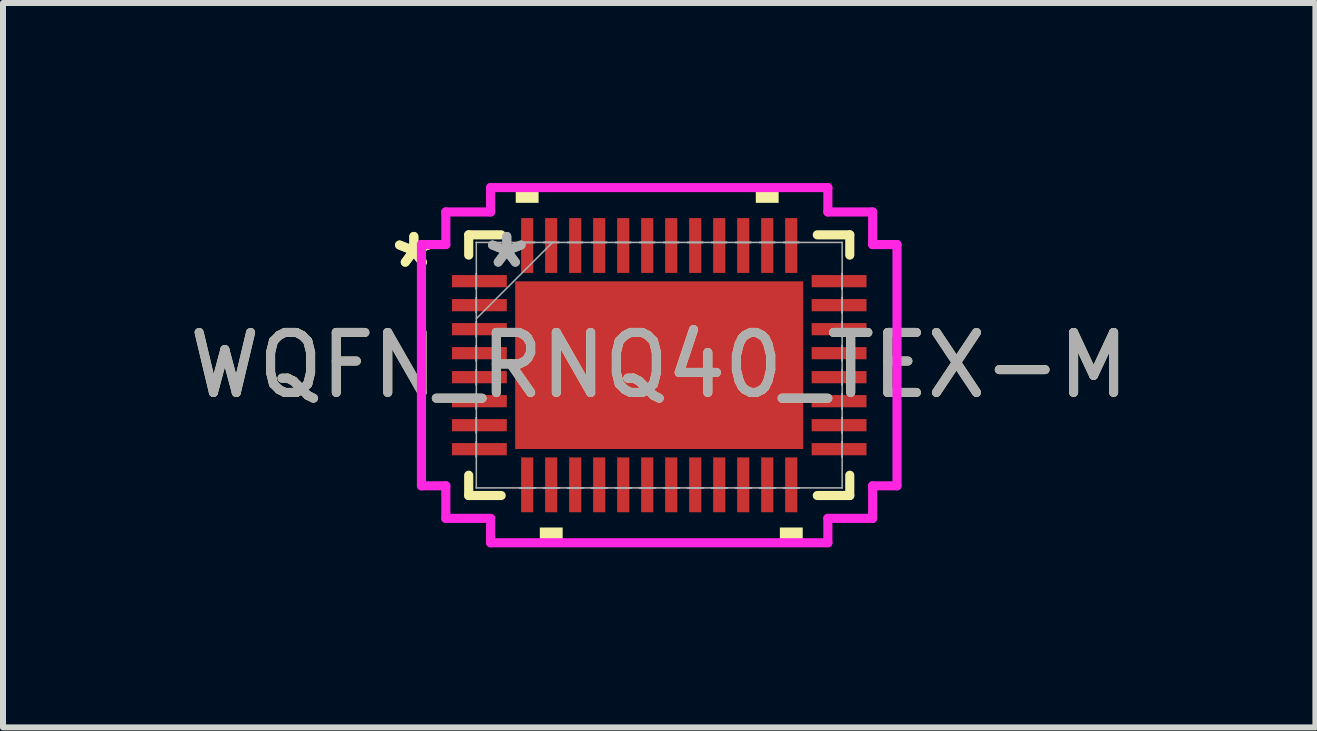
<source format=kicad_pcb>
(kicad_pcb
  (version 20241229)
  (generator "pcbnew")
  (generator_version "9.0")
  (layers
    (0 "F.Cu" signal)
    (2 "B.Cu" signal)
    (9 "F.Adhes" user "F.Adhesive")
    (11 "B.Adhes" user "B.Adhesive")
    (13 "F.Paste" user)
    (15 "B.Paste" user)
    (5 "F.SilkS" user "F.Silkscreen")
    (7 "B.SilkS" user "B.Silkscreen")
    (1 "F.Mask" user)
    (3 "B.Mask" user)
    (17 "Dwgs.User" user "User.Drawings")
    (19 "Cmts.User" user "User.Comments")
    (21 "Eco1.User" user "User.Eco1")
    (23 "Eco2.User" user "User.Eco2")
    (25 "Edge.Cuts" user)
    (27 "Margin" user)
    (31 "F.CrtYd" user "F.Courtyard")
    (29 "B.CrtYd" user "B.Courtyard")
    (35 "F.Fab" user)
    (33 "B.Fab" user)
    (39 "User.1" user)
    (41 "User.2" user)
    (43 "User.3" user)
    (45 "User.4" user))
  (footprint "WQFN_RNQ40_TEX-M"
    (layer "F.Cu")
    (at 7.935 3.035)
    (property "Reference" "WQFN_RNQ40_TEX-M" (at 0 0 0) (unlocked yes) (layer "F.SilkS") (effects (font (size 1 1) (thickness 0.15))))
    (attr smd)
    (fp_line (start -3.175 -2.172) (end -3.175 -1.834) (stroke (width 0.152) (type solid)) (layer "F.SilkS"))
    (fp_line (start -3.175 1.834) (end -3.175 2.172) (stroke (width 0.152) (type solid)) (layer "F.SilkS"))
    (fp_line (start -3.175 2.172) (end -2.634 2.172) (stroke (width 0.152) (type solid)) (layer "F.SilkS"))
    (fp_line (start -2.634 -2.172) (end -3.175 -2.172) (stroke (width 0.152) (type solid)) (layer "F.SilkS"))
    (fp_line (start 2.634 2.172) (end 3.175 2.172) (stroke (width 0.152) (type solid)) (layer "F.SilkS"))
    (fp_line (start 3.175 -2.172) (end 2.634 -2.172) (stroke (width 0.152) (type solid)) (layer "F.SilkS"))
    (fp_line (start 3.175 -1.834) (end 3.175 -2.172) (stroke (width 0.152) (type solid)) (layer "F.SilkS"))
    (fp_line (start 3.175 2.172) (end 3.175 1.834) (stroke (width 0.152) (type solid)) (layer "F.SilkS"))
    (fp_poly (pts (xy -2.391 -2.705) (xy -2.391 -2.959) (xy -2.01 -2.959) (xy -2.01 -2.705)) (stroke (width 0) (type solid)) (fill yes) (layer "F.SilkS"))
    (fp_poly (pts (xy -1.99 2.705) (xy -1.99 2.959) (xy -1.609 2.959) (xy -1.609 2.705)) (stroke (width 0) (type solid)) (fill yes) (layer "F.SilkS"))
    (fp_poly (pts (xy 1.609 -2.705) (xy 1.609 -2.959) (xy 1.99 -2.959) (xy 1.99 -2.705)) (stroke (width 0) (type solid)) (fill yes) (layer "F.SilkS"))
    (fp_poly (pts (xy 2.01 2.705) (xy 2.01 2.959) (xy 2.391 2.959) (xy 2.391 2.705)) (stroke (width 0) (type solid)) (fill yes) (layer "F.SilkS"))
    (fp_poly (pts (xy -2.3 -1.297) (xy -2.3 -0.1) (xy -0.9 -0.1) (xy -0.9 -1.297)) (stroke (width 0) (type solid)) (fill yes) (layer "F.Paste"))
    (fp_poly (pts (xy -2.3 0.1) (xy -2.3 1.297) (xy -0.9 1.297) (xy -0.9 0.1)) (stroke (width 0) (type solid)) (fill yes) (layer "F.Paste"))
    (fp_poly (pts (xy -0.7 -1.297) (xy -0.7 -0.1) (xy 0.7 -0.1) (xy 0.7 -1.297)) (stroke (width 0) (type solid)) (fill yes) (layer "F.Paste"))
    (fp_poly (pts (xy -0.7 0.1) (xy -0.7 1.297) (xy 0.7 1.297) (xy 0.7 0.1)) (stroke (width 0) (type solid)) (fill yes) (layer "F.Paste"))
    (fp_poly (pts (xy 0.9 -1.297) (xy 0.9 -0.1) (xy 2.3 -0.1) (xy 2.3 -1.297)) (stroke (width 0) (type solid)) (fill yes) (layer "F.Paste"))
    (fp_poly (pts (xy 0.9 0.1) (xy 0.9 1.297) (xy 2.3 1.297) (xy 2.3 0.1)) (stroke (width 0) (type solid)) (fill yes) (layer "F.Paste"))
    (fp_line (start -3.962 -2.01) (end -3.556 -2.01) (stroke (width 0.152) (type solid)) (layer "F.CrtYd"))
    (fp_line (start -3.962 2.01) (end -3.962 -2.01) (stroke (width 0.152) (type solid)) (layer "F.CrtYd"))
    (fp_line (start -3.556 -2.553) (end -2.81 -2.553) (stroke (width 0.152) (type solid)) (layer "F.CrtYd"))
    (fp_line (start -3.556 -2.01) (end -3.556 -2.553) (stroke (width 0.152) (type solid)) (layer "F.CrtYd"))
    (fp_line (start -3.556 2.01) (end -3.962 2.01) (stroke (width 0.152) (type solid)) (layer "F.CrtYd"))
    (fp_line (start -3.556 2.553) (end -3.556 2.01) (stroke (width 0.152) (type solid)) (layer "F.CrtYd"))
    (fp_line (start -2.81 -2.959) (end 2.81 -2.959) (stroke (width 0.152) (type solid)) (layer "F.CrtYd"))
    (fp_line (start -2.81 -2.553) (end -2.81 -2.959) (stroke (width 0.152) (type solid)) (layer "F.CrtYd"))
    (fp_line (start -2.81 2.553) (end -3.556 2.553) (stroke (width 0.152) (type solid)) (layer "F.CrtYd"))
    (fp_line (start -2.81 2.959) (end -2.81 2.553) (stroke (width 0.152) (type solid)) (layer "F.CrtYd"))
    (fp_line (start 2.81 -2.959) (end 2.81 -2.553) (stroke (width 0.152) (type solid)) (layer "F.CrtYd"))
    (fp_line (start 2.81 -2.553) (end 3.556 -2.553) (stroke (width 0.152) (type solid)) (layer "F.CrtYd"))
    (fp_line (start 2.81 2.553) (end 2.81 2.959) (stroke (width 0.152) (type solid)) (layer "F.CrtYd"))
    (fp_line (start 2.81 2.959) (end -2.81 2.959) (stroke (width 0.152) (type solid)) (layer "F.CrtYd"))
    (fp_line (start 3.556 -2.553) (end 3.556 -2.01) (stroke (width 0.152) (type solid)) (layer "F.CrtYd"))
    (fp_line (start 3.556 -2.01) (end 3.962 -2.01) (stroke (width 0.152) (type solid)) (layer "F.CrtYd"))
    (fp_line (start 3.556 2.01) (end 3.556 2.553) (stroke (width 0.152) (type solid)) (layer "F.CrtYd"))
    (fp_line (start 3.556 2.553) (end 2.81 2.553) (stroke (width 0.152) (type solid)) (layer "F.CrtYd"))
    (fp_line (start 3.962 -2.01) (end 3.962 2.01) (stroke (width 0.152) (type solid)) (layer "F.CrtYd"))
    (fp_line (start 3.962 2.01) (end 3.556 2.01) (stroke (width 0.152) (type solid)) (layer "F.CrtYd"))
    (fp_line (start -3.048 -2.045) (end -3.048 -2.045) (stroke (width 0.025) (type solid)) (layer "F.Fab"))
    (fp_line (start -3.048 -2.045) (end -3.048 2.045) (stroke (width 0.025) (type solid)) (layer "F.Fab"))
    (fp_line (start -3.048 -1.527) (end -3.048 -1.527) (stroke (width 0.025) (type solid)) (layer "F.Fab"))
    (fp_line (start -3.048 -1.527) (end -3.048 -1.273) (stroke (width 0.025) (type solid)) (layer "F.Fab"))
    (fp_line (start -3.048 -1.273) (end -3.048 -1.527) (stroke (width 0.025) (type solid)) (layer "F.Fab"))
    (fp_line (start -3.048 -1.273) (end -3.048 -1.273) (stroke (width 0.025) (type solid)) (layer "F.Fab"))
    (fp_line (start -3.048 -1.127) (end -3.048 -1.127) (stroke (width 0.025) (type solid)) (layer "F.Fab"))
    (fp_line (start -3.048 -1.127) (end -3.048 -0.873) (stroke (width 0.025) (type solid)) (layer "F.Fab"))
    (fp_line (start -3.048 -0.873) (end -3.048 -1.127) (stroke (width 0.025) (type solid)) (layer "F.Fab"))
    (fp_line (start -3.048 -0.873) (end -3.048 -0.873) (stroke (width 0.025) (type solid)) (layer "F.Fab"))
    (fp_line (start -3.048 -0.775) (end -1.778 -2.045) (stroke (width 0.025) (type solid)) (layer "F.Fab"))
    (fp_line (start -3.048 -0.727) (end -3.048 -0.727) (stroke (width 0.025) (type solid)) (layer "F.Fab"))
    (fp_line (start -3.048 -0.727) (end -3.048 -0.473) (stroke (width 0.025) (type solid)) (layer "F.Fab"))
    (fp_line (start -3.048 -0.473) (end -3.048 -0.727) (stroke (width 0.025) (type solid)) (layer "F.Fab"))
    (fp_line (start -3.048 -0.473) (end -3.048 -0.473) (stroke (width 0.025) (type solid)) (layer "F.Fab"))
    (fp_line (start -3.048 -0.327) (end -3.048 -0.327) (stroke (width 0.025) (type solid)) (layer "F.Fab"))
    (fp_line (start -3.048 -0.327) (end -3.048 -0.073) (stroke (width 0.025) (type solid)) (layer "F.Fab"))
    (fp_line (start -3.048 -0.073) (end -3.048 -0.327) (stroke (width 0.025) (type solid)) (layer "F.Fab"))
    (fp_line (start -3.048 -0.073) (end -3.048 -0.073) (stroke (width 0.025) (type solid)) (layer "F.Fab"))
    (fp_line (start -3.048 0.073) (end -3.048 0.073) (stroke (width 0.025) (type solid)) (layer "F.Fab"))
    (fp_line (start -3.048 0.073) (end -3.048 0.327) (stroke (width 0.025) (type solid)) (layer "F.Fab"))
    (fp_line (start -3.048 0.327) (end -3.048 0.073) (stroke (width 0.025) (type solid)) (layer "F.Fab"))
    (fp_line (start -3.048 0.327) (end -3.048 0.327) (stroke (width 0.025) (type solid)) (layer "F.Fab"))
    (fp_line (start -3.048 0.473) (end -3.048 0.473) (stroke (width 0.025) (type solid)) (layer "F.Fab"))
    (fp_line (start -3.048 0.473) (end -3.048 0.727) (stroke (width 0.025) (type solid)) (layer "F.Fab"))
    (fp_line (start -3.048 0.727) (end -3.048 0.473) (stroke (width 0.025) (type solid)) (layer "F.Fab"))
    (fp_line (start -3.048 0.727) (end -3.048 0.727) (stroke (width 0.025) (type solid)) (layer "F.Fab"))
    (fp_line (start -3.048 0.873) (end -3.048 0.873) (stroke (width 0.025) (type solid)) (layer "F.Fab"))
    (fp_line (start -3.048 0.873) (end -3.048 1.127) (stroke (width 0.025) (type solid)) (layer "F.Fab"))
    (fp_line (start -3.048 1.127) (end -3.048 0.873) (stroke (width 0.025) (type solid)) (layer "F.Fab"))
    (fp_line (start -3.048 1.127) (end -3.048 1.127) (stroke (width 0.025) (type solid)) (layer "F.Fab"))
    (fp_line (start -3.048 1.273) (end -3.048 1.273) (stroke (width 0.025) (type solid)) (layer "F.Fab"))
    (fp_line (start -3.048 1.273) (end -3.048 1.527) (stroke (width 0.025) (type solid)) (layer "F.Fab"))
    (fp_line (start -3.048 1.527) (end -3.048 1.273) (stroke (width 0.025) (type solid)) (layer "F.Fab"))
    (fp_line (start -3.048 1.527) (end -3.048 1.527) (stroke (width 0.025) (type solid)) (layer "F.Fab"))
    (fp_line (start -3.048 2.045) (end -3.048 2.045) (stroke (width 0.025) (type solid)) (layer "F.Fab"))
    (fp_line (start -3.048 2.045) (end 3.048 2.045) (stroke (width 0.025) (type solid)) (layer "F.Fab"))
    (fp_line (start -2.327 -2.045) (end -2.327 -2.045) (stroke (width 0.025) (type solid)) (layer "F.Fab"))
    (fp_line (start -2.327 -2.045) (end -2.073 -2.045) (stroke (width 0.025) (type solid)) (layer "F.Fab"))
    (fp_line (start -2.327 2.045) (end -2.327 2.045) (stroke (width 0.025) (type solid)) (layer "F.Fab"))
    (fp_line (start -2.327 2.045) (end -2.073 2.045) (stroke (width 0.025) (type solid)) (layer "F.Fab"))
    (fp_line (start -2.073 -2.045) (end -2.327 -2.045) (stroke (width 0.025) (type solid)) (layer "F.Fab"))
    (fp_line (start -2.073 -2.045) (end -2.073 -2.045) (stroke (width 0.025) (type solid)) (layer "F.Fab"))
    (fp_line (start -2.073 2.045) (end -2.327 2.045) (stroke (width 0.025) (type solid)) (layer "F.Fab"))
    (fp_line (start -2.073 2.045) (end -2.073 2.045) (stroke (width 0.025) (type solid)) (layer "F.Fab"))
    (fp_line (start -1.927 -2.045) (end -1.927 -2.045) (stroke (width 0.025) (type solid)) (layer "F.Fab"))
    (fp_line (start -1.927 -2.045) (end -1.673 -2.045) (stroke (width 0.025) (type solid)) (layer "F.Fab"))
    (fp_line (start -1.927 2.045) (end -1.927 2.045) (stroke (width 0.025) (type solid)) (layer "F.Fab"))
    (fp_line (start -1.927 2.045) (end -1.673 2.045) (stroke (width 0.025) (type solid)) (layer "F.Fab"))
    (fp_line (start -1.673 -2.045) (end -1.927 -2.045) (stroke (width 0.025) (type solid)) (layer "F.Fab"))
    (fp_line (start -1.673 -2.045) (end -1.673 -2.045) (stroke (width 0.025) (type solid)) (layer "F.Fab"))
    (fp_line (start -1.673 2.045) (end -1.927 2.045) (stroke (width 0.025) (type solid)) (layer "F.Fab"))
    (fp_line (start -1.673 2.045) (end -1.673 2.045) (stroke (width 0.025) (type solid)) (layer "F.Fab"))
    (fp_line (start -1.527 -2.045) (end -1.527 -2.045) (stroke (width 0.025) (type solid)) (layer "F.Fab"))
    (fp_line (start -1.527 -2.045) (end -1.273 -2.045) (stroke (width 0.025) (type solid)) (layer "F.Fab"))
    (fp_line (start -1.527 2.045) (end -1.527 2.045) (stroke (width 0.025) (type solid)) (layer "F.Fab"))
    (fp_line (start -1.527 2.045) (end -1.273 2.045) (stroke (width 0.025) (type solid)) (layer "F.Fab"))
    (fp_line (start -1.273 -2.045) (end -1.527 -2.045) (stroke (width 0.025) (type solid)) (layer "F.Fab"))
    (fp_line (start -1.273 -2.045) (end -1.273 -2.045) (stroke (width 0.025) (type solid)) (layer "F.Fab"))
    (fp_line (start -1.273 2.045) (end -1.527 2.045) (stroke (width 0.025) (type solid)) (layer "F.Fab"))
    (fp_line (start -1.273 2.045) (end -1.273 2.045) (stroke (width 0.025) (type solid)) (layer "F.Fab"))
    (fp_line (start -1.127 -2.045) (end -1.127 -2.045) (stroke (width 0.025) (type solid)) (layer "F.Fab"))
    (fp_line (start -1.127 -2.045) (end -0.873 -2.045) (stroke (width 0.025) (type solid)) (layer "F.Fab"))
    (fp_line (start -1.127 2.045) (end -1.127 2.045) (stroke (width 0.025) (type solid)) (layer "F.Fab"))
    (fp_line (start -1.127 2.045) (end -0.873 2.045) (stroke (width 0.025) (type solid)) (layer "F.Fab"))
    (fp_line (start -0.873 -2.045) (end -1.127 -2.045) (stroke (width 0.025) (type solid)) (layer "F.Fab"))
    (fp_line (start -0.873 -2.045) (end -0.873 -2.045) (stroke (width 0.025) (type solid)) (layer "F.Fab"))
    (fp_line (start -0.873 2.045) (end -1.127 2.045) (stroke (width 0.025) (type solid)) (layer "F.Fab"))
    (fp_line (start -0.873 2.045) (end -0.873 2.045) (stroke (width 0.025) (type solid)) (layer "F.Fab"))
    (fp_line (start -0.727 -2.045) (end -0.727 -2.045) (stroke (width 0.025) (type solid)) (layer "F.Fab"))
    (fp_line (start -0.727 -2.045) (end -0.473 -2.045) (stroke (width 0.025) (type solid)) (layer "F.Fab"))
    (fp_line (start -0.727 2.045) (end -0.727 2.045) (stroke (width 0.025) (type solid)) (layer "F.Fab"))
    (fp_line (start -0.727 2.045) (end -0.473 2.045) (stroke (width 0.025) (type solid)) (layer "F.Fab"))
    (fp_line (start -0.473 -2.045) (end -0.727 -2.045) (stroke (width 0.025) (type solid)) (layer "F.Fab"))
    (fp_line (start -0.473 -2.045) (end -0.473 -2.045) (stroke (width 0.025) (type solid)) (layer "F.Fab"))
    (fp_line (start -0.473 2.045) (end -0.727 2.045) (stroke (width 0.025) (type solid)) (layer "F.Fab"))
    (fp_line (start -0.473 2.045) (end -0.473 2.045) (stroke (width 0.025) (type solid)) (layer "F.Fab"))
    (fp_line (start -0.327 -2.045) (end -0.327 -2.045) (stroke (width 0.025) (type solid)) (layer "F.Fab"))
    (fp_line (start -0.327 -2.045) (end -0.073 -2.045) (stroke (width 0.025) (type solid)) (layer "F.Fab"))
    (fp_line (start -0.327 2.045) (end -0.327 2.045) (stroke (width 0.025) (type solid)) (layer "F.Fab"))
    (fp_line (start -0.327 2.045) (end -0.073 2.045) (stroke (width 0.025) (type solid)) (layer "F.Fab"))
    (fp_line (start -0.073 -2.045) (end -0.327 -2.045) (stroke (width 0.025) (type solid)) (layer "F.Fab"))
    (fp_line (start -0.073 -2.045) (end -0.073 -2.045) (stroke (width 0.025) (type solid)) (layer "F.Fab"))
    (fp_line (start -0.073 2.045) (end -0.327 2.045) (stroke (width 0.025) (type solid)) (layer "F.Fab"))
    (fp_line (start -0.073 2.045) (end -0.073 2.045) (stroke (width 0.025) (type solid)) (layer "F.Fab"))
    (fp_line (start 0.073 -2.045) (end 0.073 -2.045) (stroke (width 0.025) (type solid)) (layer "F.Fab"))
    (fp_line (start 0.073 -2.045) (end 0.327 -2.045) (stroke (width 0.025) (type solid)) (layer "F.Fab"))
    (fp_line (start 0.073 2.045) (end 0.073 2.045) (stroke (width 0.025) (type solid)) (layer "F.Fab"))
    (fp_line (start 0.073 2.045) (end 0.327 2.045) (stroke (width 0.025) (type solid)) (layer "F.Fab"))
    (fp_line (start 0.327 -2.045) (end 0.073 -2.045) (stroke (width 0.025) (type solid)) (layer "F.Fab"))
    (fp_line (start 0.327 -2.045) (end 0.327 -2.045) (stroke (width 0.025) (type solid)) (layer "F.Fab"))
    (fp_line (start 0.327 2.045) (end 0.073 2.045) (stroke (width 0.025) (type solid)) (layer "F.Fab"))
    (fp_line (start 0.327 2.045) (end 0.327 2.045) (stroke (width 0.025) (type solid)) (layer "F.Fab"))
    (fp_line (start 0.473 -2.045) (end 0.473 -2.045) (stroke (width 0.025) (type solid)) (layer "F.Fab"))
    (fp_line (start 0.473 -2.045) (end 0.727 -2.045) (stroke (width 0.025) (type solid)) (layer "F.Fab"))
    (fp_line (start 0.473 2.045) (end 0.473 2.045) (stroke (width 0.025) (type solid)) (layer "F.Fab"))
    (fp_line (start 0.473 2.045) (end 0.727 2.045) (stroke (width 0.025) (type solid)) (layer "F.Fab"))
    (fp_line (start 0.727 -2.045) (end 0.473 -2.045) (stroke (width 0.025) (type solid)) (layer "F.Fab"))
    (fp_line (start 0.727 -2.045) (end 0.727 -2.045) (stroke (width 0.025) (type solid)) (layer "F.Fab"))
    (fp_line (start 0.727 2.045) (end 0.473 2.045) (stroke (width 0.025) (type solid)) (layer "F.Fab"))
    (fp_line (start 0.727 2.045) (end 0.727 2.045) (stroke (width 0.025) (type solid)) (layer "F.Fab"))
    (fp_line (start 0.873 -2.045) (end 0.873 -2.045) (stroke (width 0.025) (type solid)) (layer "F.Fab"))
    (fp_line (start 0.873 -2.045) (end 1.127 -2.045) (stroke (width 0.025) (type solid)) (layer "F.Fab"))
    (fp_line (start 0.873 2.045) (end 0.873 2.045) (stroke (width 0.025) (type solid)) (layer "F.Fab"))
    (fp_line (start 0.873 2.045) (end 1.127 2.045) (stroke (width 0.025) (type solid)) (layer "F.Fab"))
    (fp_line (start 1.127 -2.045) (end 0.873 -2.045) (stroke (width 0.025) (type solid)) (layer "F.Fab"))
    (fp_line (start 1.127 -2.045) (end 1.127 -2.045) (stroke (width 0.025) (type solid)) (layer "F.Fab"))
    (fp_line (start 1.127 2.045) (end 0.873 2.045) (stroke (width 0.025) (type solid)) (layer "F.Fab"))
    (fp_line (start 1.127 2.045) (end 1.127 2.045) (stroke (width 0.025) (type solid)) (layer "F.Fab"))
    (fp_line (start 1.273 -2.045) (end 1.273 -2.045) (stroke (width 0.025) (type solid)) (layer "F.Fab"))
    (fp_line (start 1.273 -2.045) (end 1.527 -2.045) (stroke (width 0.025) (type solid)) (layer "F.Fab"))
    (fp_line (start 1.273 2.045) (end 1.273 2.045) (stroke (width 0.025) (type solid)) (layer "F.Fab"))
    (fp_line (start 1.273 2.045) (end 1.527 2.045) (stroke (width 0.025) (type solid)) (layer "F.Fab"))
    (fp_line (start 1.527 -2.045) (end 1.273 -2.045) (stroke (width 0.025) (type solid)) (layer "F.Fab"))
    (fp_line (start 1.527 -2.045) (end 1.527 -2.045) (stroke (width 0.025) (type solid)) (layer "F.Fab"))
    (fp_line (start 1.527 2.045) (end 1.273 2.045) (stroke (width 0.025) (type solid)) (layer "F.Fab"))
    (fp_line (start 1.527 2.045) (end 1.527 2.045) (stroke (width 0.025) (type solid)) (layer "F.Fab"))
    (fp_line (start 1.673 -2.045) (end 1.673 -2.045) (stroke (width 0.025) (type solid)) (layer "F.Fab"))
    (fp_line (start 1.673 -2.045) (end 1.927 -2.045) (stroke (width 0.025) (type solid)) (layer "F.Fab"))
    (fp_line (start 1.673 2.045) (end 1.673 2.045) (stroke (width 0.025) (type solid)) (layer "F.Fab"))
    (fp_line (start 1.673 2.045) (end 1.927 2.045) (stroke (width 0.025) (type solid)) (layer "F.Fab"))
    (fp_line (start 1.927 -2.045) (end 1.673 -2.045) (stroke (width 0.025) (type solid)) (layer "F.Fab"))
    (fp_line (start 1.927 -2.045) (end 1.927 -2.045) (stroke (width 0.025) (type solid)) (layer "F.Fab"))
    (fp_line (start 1.927 2.045) (end 1.673 2.045) (stroke (width 0.025) (type solid)) (layer "F.Fab"))
    (fp_line (start 1.927 2.045) (end 1.927 2.045) (stroke (width 0.025) (type solid)) (layer "F.Fab"))
    (fp_line (start 2.073 -2.045) (end 2.073 -2.045) (stroke (width 0.025) (type solid)) (layer "F.Fab"))
    (fp_line (start 2.073 -2.045) (end 2.327 -2.045) (stroke (width 0.025) (type solid)) (layer "F.Fab"))
    (fp_line (start 2.073 2.045) (end 2.073 2.045) (stroke (width 0.025) (type solid)) (layer "F.Fab"))
    (fp_line (start 2.073 2.045) (end 2.327 2.045) (stroke (width 0.025) (type solid)) (layer "F.Fab"))
    (fp_line (start 2.327 -2.045) (end 2.073 -2.045) (stroke (width 0.025) (type solid)) (layer "F.Fab"))
    (fp_line (start 2.327 -2.045) (end 2.327 -2.045) (stroke (width 0.025) (type solid)) (layer "F.Fab"))
    (fp_line (start 2.327 2.045) (end 2.073 2.045) (stroke (width 0.025) (type solid)) (layer "F.Fab"))
    (fp_line (start 2.327 2.045) (end 2.327 2.045) (stroke (width 0.025) (type solid)) (layer "F.Fab"))
    (fp_line (start 3.048 -2.045) (end -3.048 -2.045) (stroke (width 0.025) (type solid)) (layer "F.Fab"))
    (fp_line (start 3.048 -2.045) (end 3.048 -2.045) (stroke (width 0.025) (type solid)) (layer "F.Fab"))
    (fp_line (start 3.048 -1.527) (end 3.048 -1.527) (stroke (width 0.025) (type solid)) (layer "F.Fab"))
    (fp_line (start 3.048 -1.527) (end 3.048 -1.273) (stroke (width 0.025) (type solid)) (layer "F.Fab"))
    (fp_line (start 3.048 -1.273) (end 3.048 -1.527) (stroke (width 0.025) (type solid)) (layer "F.Fab"))
    (fp_line (start 3.048 -1.273) (end 3.048 -1.273) (stroke (width 0.025) (type solid)) (layer "F.Fab"))
    (fp_line (start 3.048 -1.127) (end 3.048 -1.127) (stroke (width 0.025) (type solid)) (layer "F.Fab"))
    (fp_line (start 3.048 -1.127) (end 3.048 -0.873) (stroke (width 0.025) (type solid)) (layer "F.Fab"))
    (fp_line (start 3.048 -0.873) (end 3.048 -1.127) (stroke (width 0.025) (type solid)) (layer "F.Fab"))
    (fp_line (start 3.048 -0.873) (end 3.048 -0.873) (stroke (width 0.025) (type solid)) (layer "F.Fab"))
    (fp_line (start 3.048 -0.727) (end 3.048 -0.727) (stroke (width 0.025) (type solid)) (layer "F.Fab"))
    (fp_line (start 3.048 -0.727) (end 3.048 -0.473) (stroke (width 0.025) (type solid)) (layer "F.Fab"))
    (fp_line (start 3.048 -0.473) (end 3.048 -0.727) (stroke (width 0.025) (type solid)) (layer "F.Fab"))
    (fp_line (start 3.048 -0.473) (end 3.048 -0.473) (stroke (width 0.025) (type solid)) (layer "F.Fab"))
    (fp_line (start 3.048 -0.327) (end 3.048 -0.327) (stroke (width 0.025) (type solid)) (layer "F.Fab"))
    (fp_line (start 3.048 -0.327) (end 3.048 -0.073) (stroke (width 0.025) (type solid)) (layer "F.Fab"))
    (fp_line (start 3.048 -0.073) (end 3.048 -0.327) (stroke (width 0.025) (type solid)) (layer "F.Fab"))
    (fp_line (start 3.048 -0.073) (end 3.048 -0.073) (stroke (width 0.025) (type solid)) (layer "F.Fab"))
    (fp_line (start 3.048 0.073) (end 3.048 0.073) (stroke (width 0.025) (type solid)) (layer "F.Fab"))
    (fp_line (start 3.048 0.073) (end 3.048 0.327) (stroke (width 0.025) (type solid)) (layer "F.Fab"))
    (fp_line (start 3.048 0.327) (end 3.048 0.073) (stroke (width 0.025) (type solid)) (layer "F.Fab"))
    (fp_line (start 3.048 0.327) (end 3.048 0.327) (stroke (width 0.025) (type solid)) (layer "F.Fab"))
    (fp_line (start 3.048 0.473) (end 3.048 0.473) (stroke (width 0.025) (type solid)) (layer "F.Fab"))
    (fp_line (start 3.048 0.473) (end 3.048 0.727) (stroke (width 0.025) (type solid)) (layer "F.Fab"))
    (fp_line (start 3.048 0.727) (end 3.048 0.473) (stroke (width 0.025) (type solid)) (layer "F.Fab"))
    (fp_line (start 3.048 0.727) (end 3.048 0.727) (stroke (width 0.025) (type solid)) (layer "F.Fab"))
    (fp_line (start 3.048 0.873) (end 3.048 0.873) (stroke (width 0.025) (type solid)) (layer "F.Fab"))
    (fp_line (start 3.048 0.873) (end 3.048 1.127) (stroke (width 0.025) (type solid)) (layer "F.Fab"))
    (fp_line (start 3.048 1.127) (end 3.048 0.873) (stroke (width 0.025) (type solid)) (layer "F.Fab"))
    (fp_line (start 3.048 1.127) (end 3.048 1.127) (stroke (width 0.025) (type solid)) (layer "F.Fab"))
    (fp_line (start 3.048 1.273) (end 3.048 1.273) (stroke (width 0.025) (type solid)) (layer "F.Fab"))
    (fp_line (start 3.048 1.273) (end 3.048 1.527) (stroke (width 0.025) (type solid)) (layer "F.Fab"))
    (fp_line (start 3.048 1.527) (end 3.048 1.273) (stroke (width 0.025) (type solid)) (layer "F.Fab"))
    (fp_line (start 3.048 1.527) (end 3.048 1.527) (stroke (width 0.025) (type solid)) (layer "F.Fab"))
    (fp_line (start 3.048 2.045) (end 3.048 -2.045) (stroke (width 0.025) (type solid)) (layer "F.Fab"))
    (fp_line (start 3.048 2.045) (end 3.048 2.045) (stroke (width 0.025) (type solid)) (layer "F.Fab"))
    (fp_text user "*" (at -4.089 -1.6 0) (unlocked yes) (layer "F.SilkS") (effects (font (size 1 1) (thickness 0.15))))
    (fp_text user "*" (at -4.089 -1.6 0) (layer "F.SilkS") (effects (font (size 1 1) (thickness 0.15))))
    (fp_text user "*" (at -2.54 -1.6 0) (layer "F.Fab") (effects (font (size 1 1) (thickness 0.15))))
    (fp_text user "*" (at -2.54 -1.6 0) (unlocked yes) (layer "F.Fab") (effects (font (size 1 1) (thickness 0.15))))
    (fp_text user "${REFERENCE}" (at 0 0 0) (unlocked yes) (layer "F.Fab") (effects (font (size 1 1) (thickness 0.15))))
    (pad "1" smd rect (at -2.997 -1.4 90) (size 0.203 0.914) (layers "F.Cu" "F.Mask" "F.Paste"))
    (pad "2" smd rect (at -2.997 -1 90) (size 0.203 0.914) (layers "F.Cu" "F.Mask" "F.Paste"))
    (pad "3" smd rect (at -2.997 -0.6 90) (size 0.203 0.914) (layers "F.Cu" "F.Mask" "F.Paste"))
    (pad "4" smd rect (at -2.997 -0.2 90) (size 0.203 0.914) (layers "F.Cu" "F.Mask" "F.Paste"))
    (pad "5" smd rect (at -2.997 0.2 90) (size 0.203 0.914) (layers "F.Cu" "F.Mask" "F.Paste"))
    (pad "6" smd rect (at -2.997 0.6 90) (size 0.203 0.914) (layers "F.Cu" "F.Mask" "F.Paste"))
    (pad "7" smd rect (at -2.997 1 90) (size 0.203 0.914) (layers "F.Cu" "F.Mask" "F.Paste"))
    (pad "8" smd rect (at -2.997 1.4 90) (size 0.203 0.914) (layers "F.Cu" "F.Mask" "F.Paste"))
    (pad "9" smd rect (at -2.2 1.994) (size 0.203 0.914) (layers "F.Cu" "F.Mask" "F.Paste"))
    (pad "10" smd rect (at -1.8 1.994) (size 0.203 0.914) (layers "F.Cu" "F.Mask" "F.Paste"))
    (pad "11" smd rect (at -1.4 1.994) (size 0.203 0.914) (layers "F.Cu" "F.Mask" "F.Paste"))
    (pad "12" smd rect (at -1 1.994) (size 0.203 0.914) (layers "F.Cu" "F.Mask" "F.Paste"))
    (pad "13" smd rect (at -0.6 1.994) (size 0.203 0.914) (layers "F.Cu" "F.Mask" "F.Paste"))
    (pad "14" smd rect (at -0.2 1.994) (size 0.203 0.914) (layers "F.Cu" "F.Mask" "F.Paste"))
    (pad "15" smd rect (at 0.2 1.994) (size 0.203 0.914) (layers "F.Cu" "F.Mask" "F.Paste"))
    (pad "16" smd rect (at 0.6 1.994) (size 0.203 0.914) (layers "F.Cu" "F.Mask" "F.Paste"))
    (pad "17" smd rect (at 1 1.994) (size 0.203 0.914) (layers "F.Cu" "F.Mask" "F.Paste"))
    (pad "18" smd rect (at 1.4 1.994) (size 0.203 0.914) (layers "F.Cu" "F.Mask" "F.Paste"))
    (pad "19" smd rect (at 1.8 1.994) (size 0.203 0.914) (layers "F.Cu" "F.Mask" "F.Paste"))
    (pad "20" smd rect (at 2.2 1.994) (size 0.203 0.914) (layers "F.Cu" "F.Mask" "F.Paste"))
    (pad "21" smd rect (at 2.997 1.4 90) (size 0.203 0.914) (layers "F.Cu" "F.Mask" "F.Paste"))
    (pad "22" smd rect (at 2.997 1 90) (size 0.203 0.914) (layers "F.Cu" "F.Mask" "F.Paste"))
    (pad "23" smd rect (at 2.997 0.6 90) (size 0.203 0.914) (layers "F.Cu" "F.Mask" "F.Paste"))
    (pad "24" smd rect (at 2.997 0.2 90) (size 0.203 0.914) (layers "F.Cu" "F.Mask" "F.Paste"))
    (pad "25" smd rect (at 2.997 -0.2 90) (size 0.203 0.914) (layers "F.Cu" "F.Mask" "F.Paste"))
    (pad "26" smd rect (at 2.997 -0.6 90) (size 0.203 0.914) (layers "F.Cu" "F.Mask" "F.Paste"))
    (pad "27" smd rect (at 2.997 -1 90) (size 0.203 0.914) (layers "F.Cu" "F.Mask" "F.Paste"))
    (pad "28" smd rect (at 2.997 -1.4 90) (size 0.203 0.914) (layers "F.Cu" "F.Mask" "F.Paste"))
    (pad "29" smd rect (at 2.2 -1.994) (size 0.203 0.914) (layers "F.Cu" "F.Mask" "F.Paste"))
    (pad "30" smd rect (at 1.8 -1.994) (size 0.203 0.914) (layers "F.Cu" "F.Mask" "F.Paste"))
    (pad "31" smd rect (at 1.4 -1.994) (size 0.203 0.914) (layers "F.Cu" "F.Mask" "F.Paste"))
    (pad "32" smd rect (at 1 -1.994) (size 0.203 0.914) (layers "F.Cu" "F.Mask" "F.Paste"))
    (pad "33" smd rect (at 0.6 -1.994) (size 0.203 0.914) (layers "F.Cu" "F.Mask" "F.Paste"))
    (pad "34" smd rect (at 0.2 -1.994) (size 0.203 0.914) (layers "F.Cu" "F.Mask" "F.Paste"))
    (pad "35" smd rect (at -0.2 -1.994) (size 0.203 0.914) (layers "F.Cu" "F.Mask" "F.Paste"))
    (pad "36" smd rect (at -0.6 -1.994) (size 0.203 0.914) (layers "F.Cu" "F.Mask" "F.Paste"))
    (pad "37" smd rect (at -1 -1.994) (size 0.203 0.914) (layers "F.Cu" "F.Mask" "F.Paste"))
    (pad "38" smd rect (at -1.4 -1.994) (size 0.203 0.914) (layers "F.Cu" "F.Mask" "F.Paste"))
    (pad "39" smd rect (at -1.8 -1.994) (size 0.203 0.914) (layers "F.Cu" "F.Mask" "F.Paste"))
    (pad "40" smd rect (at -2.2 -1.994) (size 0.203 0.914) (layers "F.Cu" "F.Mask" "F.Paste"))
    (pad "41" smd rect (at 0 0) (size 4.801 2.794) (layers "F.Cu" "F.Mask" "F.Paste")))
  (gr_rect
    (start -3 -3)
    (end 18.869 9.071)
    (stroke (width 0.1) (type default))
    (fill no)
    (layer "Edge.Cuts")))
</source>
